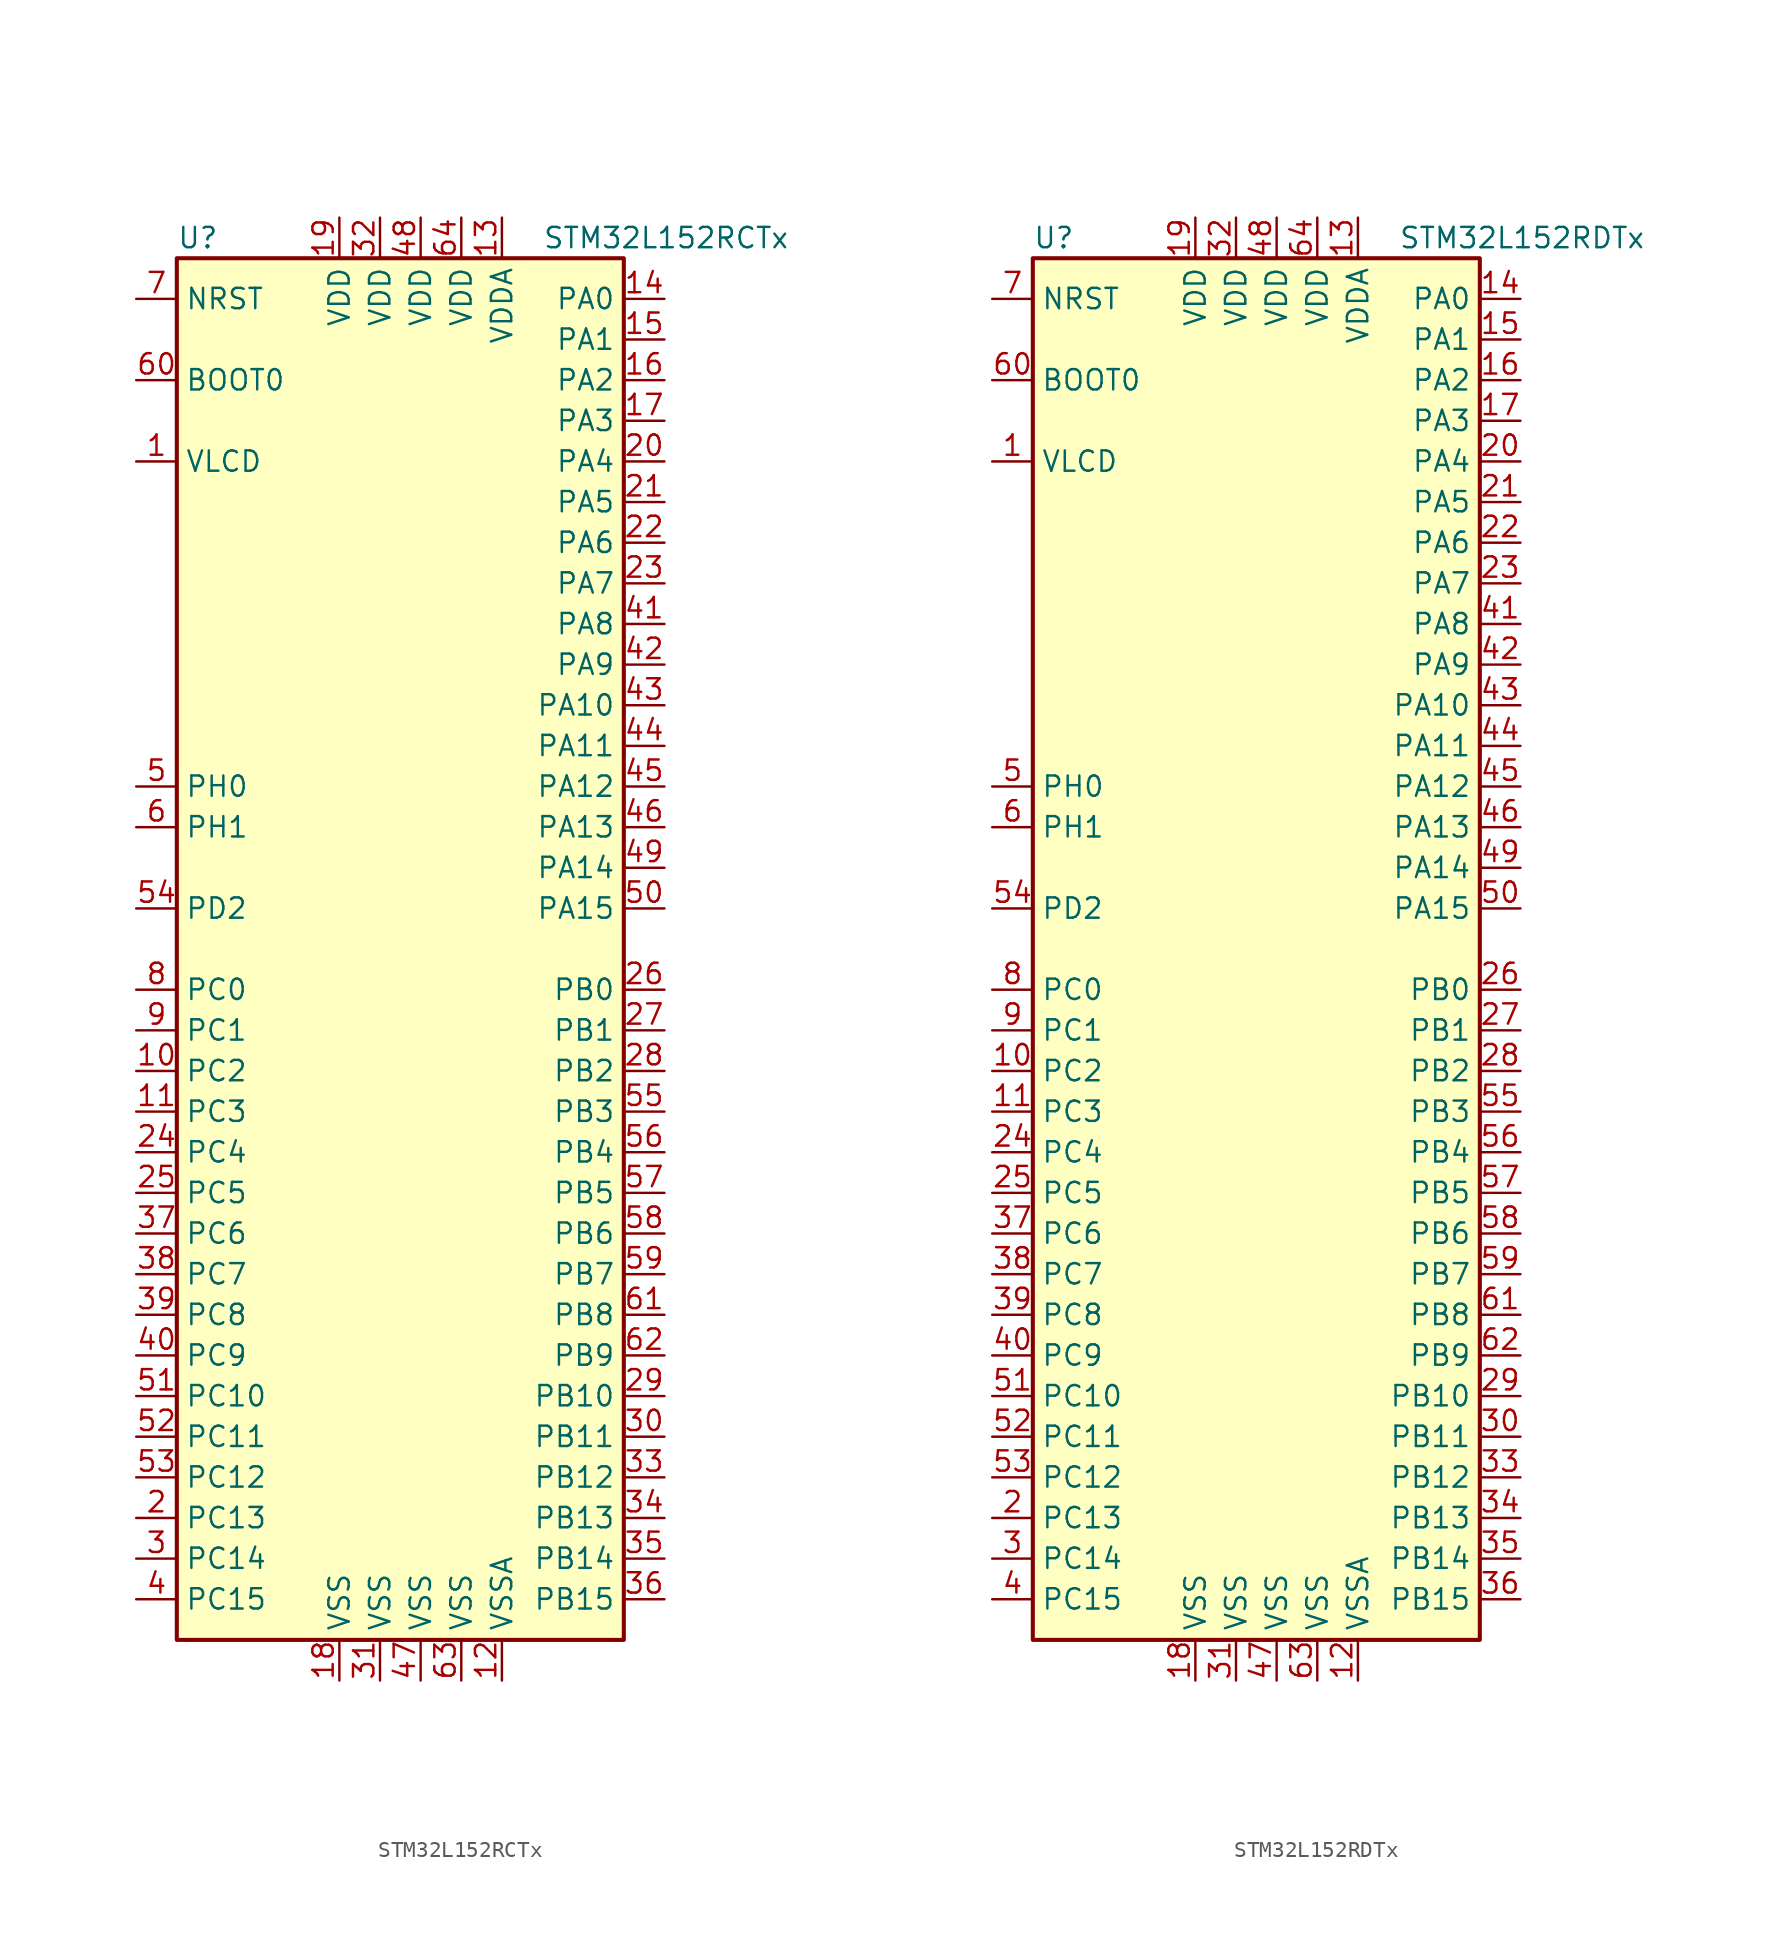
<source format=kicad_sym>
(kicad_symbol_lib
  (version 20201005)
  (generator kicad_symbol_editor)
  (symbol "STM32L152RCTx"
    (property "Reference" "U"
      (at -15.24 44.45 0)
      (effects (font (size 1.27 1.27)) (justify left)))
    (property "Value" "STM32L152RCTx"
      (at 7.62 44.45 0)
      (effects (font (size 1.27 1.27)) (justify left)))
    (symbol "STM32L152RCTx_0_1"
      (rectangle (start -15.24 -43.18) (end 12.7 43.18) (stroke (width 0.254)) (fill (type background))))
    (symbol "STM32L152RCTx_1_1"
      (pin power_in line (at -17.78 30.48 0) (length 2.54) (name "VLCD" (effects (font (size 1.27 1.27)))) (number "1" (effects (font (size 1.27 1.27)))))
      (pin bidirectional line (at -17.78 -7.62 0) (length 2.54) (name "PC2" (effects (font (size 1.27 1.27)))) (number "10" (effects (font (size 1.27 1.27)))))
      (pin bidirectional line (at -17.78 -10.16 0) (length 2.54) (name "PC3" (effects (font (size 1.27 1.27)))) (number "11" (effects (font (size 1.27 1.27)))))
      (pin power_in line (at 5.08 -45.72 90) (length 2.54) (name "VSSA" (effects (font (size 1.27 1.27)))) (number "12" (effects (font (size 1.27 1.27)))))
      (pin power_in line (at 5.08 45.72 270) (length 2.54) (name "VDDA" (effects (font (size 1.27 1.27)))) (number "13" (effects (font (size 1.27 1.27)))))
      (pin bidirectional line (at 15.24 40.64 180) (length 2.54) (name "PA0" (effects (font (size 1.27 1.27)))) (number "14" (effects (font (size 1.27 1.27)))))
      (pin bidirectional line (at 15.24 38.1 180) (length 2.54) (name "PA1" (effects (font (size 1.27 1.27)))) (number "15" (effects (font (size 1.27 1.27)))))
      (pin bidirectional line (at 15.24 35.56 180) (length 2.54) (name "PA2" (effects (font (size 1.27 1.27)))) (number "16" (effects (font (size 1.27 1.27)))))
      (pin bidirectional line (at 15.24 33.02 180) (length 2.54) (name "PA3" (effects (font (size 1.27 1.27)))) (number "17" (effects (font (size 1.27 1.27)))))
      (pin power_in line (at -5.08 -45.72 90) (length 2.54) (name "VSS" (effects (font (size 1.27 1.27)))) (number "18" (effects (font (size 1.27 1.27)))))
      (pin power_in line (at -5.08 45.72 270) (length 2.54) (name "VDD" (effects (font (size 1.27 1.27)))) (number "19" (effects (font (size 1.27 1.27)))))
      (pin bidirectional line (at -17.78 -35.56 0) (length 2.54) (name "PC13" (effects (font (size 1.27 1.27)))) (number "2" (effects (font (size 1.27 1.27)))))
      (pin bidirectional line (at 15.24 30.48 180) (length 2.54) (name "PA4" (effects (font (size 1.27 1.27)))) (number "20" (effects (font (size 1.27 1.27)))))
      (pin bidirectional line (at 15.24 27.94 180) (length 2.54) (name "PA5" (effects (font (size 1.27 1.27)))) (number "21" (effects (font (size 1.27 1.27)))))
      (pin bidirectional line (at 15.24 25.4 180) (length 2.54) (name "PA6" (effects (font (size 1.27 1.27)))) (number "22" (effects (font (size 1.27 1.27)))))
      (pin bidirectional line (at 15.24 22.86 180) (length 2.54) (name "PA7" (effects (font (size 1.27 1.27)))) (number "23" (effects (font (size 1.27 1.27)))))
      (pin bidirectional line (at -17.78 -12.7 0) (length 2.54) (name "PC4" (effects (font (size 1.27 1.27)))) (number "24" (effects (font (size 1.27 1.27)))))
      (pin bidirectional line (at -17.78 -15.24 0) (length 2.54) (name "PC5" (effects (font (size 1.27 1.27)))) (number "25" (effects (font (size 1.27 1.27)))))
      (pin bidirectional line (at 15.24 -2.54 180) (length 2.54) (name "PB0" (effects (font (size 1.27 1.27)))) (number "26" (effects (font (size 1.27 1.27)))))
      (pin bidirectional line (at 15.24 -5.08 180) (length 2.54) (name "PB1" (effects (font (size 1.27 1.27)))) (number "27" (effects (font (size 1.27 1.27)))))
      (pin bidirectional line (at 15.24 -7.62 180) (length 2.54) (name "PB2" (effects (font (size 1.27 1.27)))) (number "28" (effects (font (size 1.27 1.27)))))
      (pin bidirectional line (at 15.24 -27.94 180) (length 2.54) (name "PB10" (effects (font (size 1.27 1.27)))) (number "29" (effects (font (size 1.27 1.27)))))
      (pin bidirectional line (at -17.78 -38.1 0) (length 2.54) (name "PC14" (effects (font (size 1.27 1.27)))) (number "3" (effects (font (size 1.27 1.27)))))
      (pin bidirectional line (at 15.24 -30.48 180) (length 2.54) (name "PB11" (effects (font (size 1.27 1.27)))) (number "30" (effects (font (size 1.27 1.27)))))
      (pin power_in line (at -2.54 -45.72 90) (length 2.54) (name "VSS" (effects (font (size 1.27 1.27)))) (number "31" (effects (font (size 1.27 1.27)))))
      (pin power_in line (at -2.54 45.72 270) (length 2.54) (name "VDD" (effects (font (size 1.27 1.27)))) (number "32" (effects (font (size 1.27 1.27)))))
      (pin bidirectional line (at 15.24 -33.02 180) (length 2.54) (name "PB12" (effects (font (size 1.27 1.27)))) (number "33" (effects (font (size 1.27 1.27)))))
      (pin bidirectional line (at 15.24 -35.56 180) (length 2.54) (name "PB13" (effects (font (size 1.27 1.27)))) (number "34" (effects (font (size 1.27 1.27)))))
      (pin bidirectional line (at 15.24 -38.1 180) (length 2.54) (name "PB14" (effects (font (size 1.27 1.27)))) (number "35" (effects (font (size 1.27 1.27)))))
      (pin bidirectional line (at 15.24 -40.64 180) (length 2.54) (name "PB15" (effects (font (size 1.27 1.27)))) (number "36" (effects (font (size 1.27 1.27)))))
      (pin bidirectional line (at -17.78 -17.78 0) (length 2.54) (name "PC6" (effects (font (size 1.27 1.27)))) (number "37" (effects (font (size 1.27 1.27)))))
      (pin bidirectional line (at -17.78 -20.32 0) (length 2.54) (name "PC7" (effects (font (size 1.27 1.27)))) (number "38" (effects (font (size 1.27 1.27)))))
      (pin bidirectional line (at -17.78 -22.86 0) (length 2.54) (name "PC8" (effects (font (size 1.27 1.27)))) (number "39" (effects (font (size 1.27 1.27)))))
      (pin bidirectional line (at -17.78 -40.64 0) (length 2.54) (name "PC15" (effects (font (size 1.27 1.27)))) (number "4" (effects (font (size 1.27 1.27)))))
      (pin bidirectional line (at -17.78 -25.4 0) (length 2.54) (name "PC9" (effects (font (size 1.27 1.27)))) (number "40" (effects (font (size 1.27 1.27)))))
      (pin bidirectional line (at 15.24 20.32 180) (length 2.54) (name "PA8" (effects (font (size 1.27 1.27)))) (number "41" (effects (font (size 1.27 1.27)))))
      (pin bidirectional line (at 15.24 17.78 180) (length 2.54) (name "PA9" (effects (font (size 1.27 1.27)))) (number "42" (effects (font (size 1.27 1.27)))))
      (pin bidirectional line (at 15.24 15.24 180) (length 2.54) (name "PA10" (effects (font (size 1.27 1.27)))) (number "43" (effects (font (size 1.27 1.27)))))
      (pin bidirectional line (at 15.24 12.7 180) (length 2.54) (name "PA11" (effects (font (size 1.27 1.27)))) (number "44" (effects (font (size 1.27 1.27)))))
      (pin bidirectional line (at 15.24 10.16 180) (length 2.54) (name "PA12" (effects (font (size 1.27 1.27)))) (number "45" (effects (font (size 1.27 1.27)))))
      (pin bidirectional line (at 15.24 7.62 180) (length 2.54) (name "PA13" (effects (font (size 1.27 1.27)))) (number "46" (effects (font (size 1.27 1.27)))))
      (pin power_in line (at 0 -45.72 90) (length 2.54) (name "VSS" (effects (font (size 1.27 1.27)))) (number "47" (effects (font (size 1.27 1.27)))))
      (pin power_in line (at 0 45.72 270) (length 2.54) (name "VDD" (effects (font (size 1.27 1.27)))) (number "48" (effects (font (size 1.27 1.27)))))
      (pin bidirectional line (at 15.24 5.08 180) (length 2.54) (name "PA14" (effects (font (size 1.27 1.27)))) (number "49" (effects (font (size 1.27 1.27)))))
      (pin input line (at -17.78 10.16 0) (length 2.54) (name "PH0" (effects (font (size 1.27 1.27)))) (number "5" (effects (font (size 1.27 1.27)))))
      (pin bidirectional line (at 15.24 2.54 180) (length 2.54) (name "PA15" (effects (font (size 1.27 1.27)))) (number "50" (effects (font (size 1.27 1.27)))))
      (pin bidirectional line (at -17.78 -27.94 0) (length 2.54) (name "PC10" (effects (font (size 1.27 1.27)))) (number "51" (effects (font (size 1.27 1.27)))))
      (pin bidirectional line (at -17.78 -30.48 0) (length 2.54) (name "PC11" (effects (font (size 1.27 1.27)))) (number "52" (effects (font (size 1.27 1.27)))))
      (pin bidirectional line (at -17.78 -33.02 0) (length 2.54) (name "PC12" (effects (font (size 1.27 1.27)))) (number "53" (effects (font (size 1.27 1.27)))))
      (pin bidirectional line (at -17.78 2.54 0) (length 2.54) (name "PD2" (effects (font (size 1.27 1.27)))) (number "54" (effects (font (size 1.27 1.27)))))
      (pin bidirectional line (at 15.24 -10.16 180) (length 2.54) (name "PB3" (effects (font (size 1.27 1.27)))) (number "55" (effects (font (size 1.27 1.27)))))
      (pin bidirectional line (at 15.24 -12.7 180) (length 2.54) (name "PB4" (effects (font (size 1.27 1.27)))) (number "56" (effects (font (size 1.27 1.27)))))
      (pin bidirectional line (at 15.24 -15.24 180) (length 2.54) (name "PB5" (effects (font (size 1.27 1.27)))) (number "57" (effects (font (size 1.27 1.27)))))
      (pin bidirectional line (at 15.24 -17.78 180) (length 2.54) (name "PB6" (effects (font (size 1.27 1.27)))) (number "58" (effects (font (size 1.27 1.27)))))
      (pin bidirectional line (at 15.24 -20.32 180) (length 2.54) (name "PB7" (effects (font (size 1.27 1.27)))) (number "59" (effects (font (size 1.27 1.27)))))
      (pin input line (at -17.78 7.62 0) (length 2.54) (name "PH1" (effects (font (size 1.27 1.27)))) (number "6" (effects (font (size 1.27 1.27)))))
      (pin input line (at -17.78 35.56 0) (length 2.54) (name "BOOT0" (effects (font (size 1.27 1.27)))) (number "60" (effects (font (size 1.27 1.27)))))
      (pin bidirectional line (at 15.24 -22.86 180) (length 2.54) (name "PB8" (effects (font (size 1.27 1.27)))) (number "61" (effects (font (size 1.27 1.27)))))
      (pin bidirectional line (at 15.24 -25.4 180) (length 2.54) (name "PB9" (effects (font (size 1.27 1.27)))) (number "62" (effects (font (size 1.27 1.27)))))
      (pin power_in line (at 2.54 -45.72 90) (length 2.54) (name "VSS" (effects (font (size 1.27 1.27)))) (number "63" (effects (font (size 1.27 1.27)))))
      (pin power_in line (at 2.54 45.72 270) (length 2.54) (name "VDD" (effects (font (size 1.27 1.27)))) (number "64" (effects (font (size 1.27 1.27)))))
      (pin input line (at -17.78 40.64 0) (length 2.54) (name "NRST" (effects (font (size 1.27 1.27)))) (number "7" (effects (font (size 1.27 1.27)))))
      (pin bidirectional line (at -17.78 -2.54 0) (length 2.54) (name "PC0" (effects (font (size 1.27 1.27)))) (number "8" (effects (font (size 1.27 1.27)))))
      (pin bidirectional line (at -17.78 -5.08 0) (length 2.54) (name "PC1" (effects (font (size 1.27 1.27)))) (number "9" (effects (font (size 1.27 1.27)))))))
  (symbol "STM32L152RDTx"
    (property "Reference" "U"
      (at -15.24 44.45 0)
      (effects (font (size 1.27 1.27)) (justify left)))
    (property "Value" "STM32L152RDTx"
      (at 7.62 44.45 0)
      (effects (font (size 1.27 1.27)) (justify left)))
    (symbol "STM32L152RDTx_0_1"
      (rectangle (start -15.24 -43.18) (end 12.7 43.18) (stroke (width 0.254)) (fill (type background))))
    (symbol "STM32L152RDTx_1_1"
      (pin power_in line (at -17.78 30.48 0) (length 2.54) (name "VLCD" (effects (font (size 1.27 1.27)))) (number "1" (effects (font (size 1.27 1.27)))))
      (pin bidirectional line (at -17.78 -7.62 0) (length 2.54) (name "PC2" (effects (font (size 1.27 1.27)))) (number "10" (effects (font (size 1.27 1.27)))))
      (pin bidirectional line (at -17.78 -10.16 0) (length 2.54) (name "PC3" (effects (font (size 1.27 1.27)))) (number "11" (effects (font (size 1.27 1.27)))))
      (pin power_in line (at 5.08 -45.72 90) (length 2.54) (name "VSSA" (effects (font (size 1.27 1.27)))) (number "12" (effects (font (size 1.27 1.27)))))
      (pin power_in line (at 5.08 45.72 270) (length 2.54) (name "VDDA" (effects (font (size 1.27 1.27)))) (number "13" (effects (font (size 1.27 1.27)))))
      (pin bidirectional line (at 15.24 40.64 180) (length 2.54) (name "PA0" (effects (font (size 1.27 1.27)))) (number "14" (effects (font (size 1.27 1.27)))))
      (pin bidirectional line (at 15.24 38.1 180) (length 2.54) (name "PA1" (effects (font (size 1.27 1.27)))) (number "15" (effects (font (size 1.27 1.27)))))
      (pin bidirectional line (at 15.24 35.56 180) (length 2.54) (name "PA2" (effects (font (size 1.27 1.27)))) (number "16" (effects (font (size 1.27 1.27)))))
      (pin bidirectional line (at 15.24 33.02 180) (length 2.54) (name "PA3" (effects (font (size 1.27 1.27)))) (number "17" (effects (font (size 1.27 1.27)))))
      (pin power_in line (at -5.08 -45.72 90) (length 2.54) (name "VSS" (effects (font (size 1.27 1.27)))) (number "18" (effects (font (size 1.27 1.27)))))
      (pin power_in line (at -5.08 45.72 270) (length 2.54) (name "VDD" (effects (font (size 1.27 1.27)))) (number "19" (effects (font (size 1.27 1.27)))))
      (pin bidirectional line (at -17.78 -35.56 0) (length 2.54) (name "PC13" (effects (font (size 1.27 1.27)))) (number "2" (effects (font (size 1.27 1.27)))))
      (pin bidirectional line (at 15.24 30.48 180) (length 2.54) (name "PA4" (effects (font (size 1.27 1.27)))) (number "20" (effects (font (size 1.27 1.27)))))
      (pin bidirectional line (at 15.24 27.94 180) (length 2.54) (name "PA5" (effects (font (size 1.27 1.27)))) (number "21" (effects (font (size 1.27 1.27)))))
      (pin bidirectional line (at 15.24 25.4 180) (length 2.54) (name "PA6" (effects (font (size 1.27 1.27)))) (number "22" (effects (font (size 1.27 1.27)))))
      (pin bidirectional line (at 15.24 22.86 180) (length 2.54) (name "PA7" (effects (font (size 1.27 1.27)))) (number "23" (effects (font (size 1.27 1.27)))))
      (pin bidirectional line (at -17.78 -12.7 0) (length 2.54) (name "PC4" (effects (font (size 1.27 1.27)))) (number "24" (effects (font (size 1.27 1.27)))))
      (pin bidirectional line (at -17.78 -15.24 0) (length 2.54) (name "PC5" (effects (font (size 1.27 1.27)))) (number "25" (effects (font (size 1.27 1.27)))))
      (pin bidirectional line (at 15.24 -2.54 180) (length 2.54) (name "PB0" (effects (font (size 1.27 1.27)))) (number "26" (effects (font (size 1.27 1.27)))))
      (pin bidirectional line (at 15.24 -5.08 180) (length 2.54) (name "PB1" (effects (font (size 1.27 1.27)))) (number "27" (effects (font (size 1.27 1.27)))))
      (pin bidirectional line (at 15.24 -7.62 180) (length 2.54) (name "PB2" (effects (font (size 1.27 1.27)))) (number "28" (effects (font (size 1.27 1.27)))))
      (pin bidirectional line (at 15.24 -27.94 180) (length 2.54) (name "PB10" (effects (font (size 1.27 1.27)))) (number "29" (effects (font (size 1.27 1.27)))))
      (pin bidirectional line (at -17.78 -38.1 0) (length 2.54) (name "PC14" (effects (font (size 1.27 1.27)))) (number "3" (effects (font (size 1.27 1.27)))))
      (pin bidirectional line (at 15.24 -30.48 180) (length 2.54) (name "PB11" (effects (font (size 1.27 1.27)))) (number "30" (effects (font (size 1.27 1.27)))))
      (pin power_in line (at -2.54 -45.72 90) (length 2.54) (name "VSS" (effects (font (size 1.27 1.27)))) (number "31" (effects (font (size 1.27 1.27)))))
      (pin power_in line (at -2.54 45.72 270) (length 2.54) (name "VDD" (effects (font (size 1.27 1.27)))) (number "32" (effects (font (size 1.27 1.27)))))
      (pin bidirectional line (at 15.24 -33.02 180) (length 2.54) (name "PB12" (effects (font (size 1.27 1.27)))) (number "33" (effects (font (size 1.27 1.27)))))
      (pin bidirectional line (at 15.24 -35.56 180) (length 2.54) (name "PB13" (effects (font (size 1.27 1.27)))) (number "34" (effects (font (size 1.27 1.27)))))
      (pin bidirectional line (at 15.24 -38.1 180) (length 2.54) (name "PB14" (effects (font (size 1.27 1.27)))) (number "35" (effects (font (size 1.27 1.27)))))
      (pin bidirectional line (at 15.24 -40.64 180) (length 2.54) (name "PB15" (effects (font (size 1.27 1.27)))) (number "36" (effects (font (size 1.27 1.27)))))
      (pin bidirectional line (at -17.78 -17.78 0) (length 2.54) (name "PC6" (effects (font (size 1.27 1.27)))) (number "37" (effects (font (size 1.27 1.27)))))
      (pin bidirectional line (at -17.78 -20.32 0) (length 2.54) (name "PC7" (effects (font (size 1.27 1.27)))) (number "38" (effects (font (size 1.27 1.27)))))
      (pin bidirectional line (at -17.78 -22.86 0) (length 2.54) (name "PC8" (effects (font (size 1.27 1.27)))) (number "39" (effects (font (size 1.27 1.27)))))
      (pin bidirectional line (at -17.78 -40.64 0) (length 2.54) (name "PC15" (effects (font (size 1.27 1.27)))) (number "4" (effects (font (size 1.27 1.27)))))
      (pin bidirectional line (at -17.78 -25.4 0) (length 2.54) (name "PC9" (effects (font (size 1.27 1.27)))) (number "40" (effects (font (size 1.27 1.27)))))
      (pin bidirectional line (at 15.24 20.32 180) (length 2.54) (name "PA8" (effects (font (size 1.27 1.27)))) (number "41" (effects (font (size 1.27 1.27)))))
      (pin bidirectional line (at 15.24 17.78 180) (length 2.54) (name "PA9" (effects (font (size 1.27 1.27)))) (number "42" (effects (font (size 1.27 1.27)))))
      (pin bidirectional line (at 15.24 15.24 180) (length 2.54) (name "PA10" (effects (font (size 1.27 1.27)))) (number "43" (effects (font (size 1.27 1.27)))))
      (pin bidirectional line (at 15.24 12.7 180) (length 2.54) (name "PA11" (effects (font (size 1.27 1.27)))) (number "44" (effects (font (size 1.27 1.27)))))
      (pin bidirectional line (at 15.24 10.16 180) (length 2.54) (name "PA12" (effects (font (size 1.27 1.27)))) (number "45" (effects (font (size 1.27 1.27)))))
      (pin bidirectional line (at 15.24 7.62 180) (length 2.54) (name "PA13" (effects (font (size 1.27 1.27)))) (number "46" (effects (font (size 1.27 1.27)))))
      (pin power_in line (at 0 -45.72 90) (length 2.54) (name "VSS" (effects (font (size 1.27 1.27)))) (number "47" (effects (font (size 1.27 1.27)))))
      (pin power_in line (at 0 45.72 270) (length 2.54) (name "VDD" (effects (font (size 1.27 1.27)))) (number "48" (effects (font (size 1.27 1.27)))))
      (pin bidirectional line (at 15.24 5.08 180) (length 2.54) (name "PA14" (effects (font (size 1.27 1.27)))) (number "49" (effects (font (size 1.27 1.27)))))
      (pin input line (at -17.78 10.16 0) (length 2.54) (name "PH0" (effects (font (size 1.27 1.27)))) (number "5" (effects (font (size 1.27 1.27)))))
      (pin bidirectional line (at 15.24 2.54 180) (length 2.54) (name "PA15" (effects (font (size 1.27 1.27)))) (number "50" (effects (font (size 1.27 1.27)))))
      (pin bidirectional line (at -17.78 -27.94 0) (length 2.54) (name "PC10" (effects (font (size 1.27 1.27)))) (number "51" (effects (font (size 1.27 1.27)))))
      (pin bidirectional line (at -17.78 -30.48 0) (length 2.54) (name "PC11" (effects (font (size 1.27 1.27)))) (number "52" (effects (font (size 1.27 1.27)))))
      (pin bidirectional line (at -17.78 -33.02 0) (length 2.54) (name "PC12" (effects (font (size 1.27 1.27)))) (number "53" (effects (font (size 1.27 1.27)))))
      (pin bidirectional line (at -17.78 2.54 0) (length 2.54) (name "PD2" (effects (font (size 1.27 1.27)))) (number "54" (effects (font (size 1.27 1.27)))))
      (pin bidirectional line (at 15.24 -10.16 180) (length 2.54) (name "PB3" (effects (font (size 1.27 1.27)))) (number "55" (effects (font (size 1.27 1.27)))))
      (pin bidirectional line (at 15.24 -12.7 180) (length 2.54) (name "PB4" (effects (font (size 1.27 1.27)))) (number "56" (effects (font (size 1.27 1.27)))))
      (pin bidirectional line (at 15.24 -15.24 180) (length 2.54) (name "PB5" (effects (font (size 1.27 1.27)))) (number "57" (effects (font (size 1.27 1.27)))))
      (pin bidirectional line (at 15.24 -17.78 180) (length 2.54) (name "PB6" (effects (font (size 1.27 1.27)))) (number "58" (effects (font (size 1.27 1.27)))))
      (pin bidirectional line (at 15.24 -20.32 180) (length 2.54) (name "PB7" (effects (font (size 1.27 1.27)))) (number "59" (effects (font (size 1.27 1.27)))))
      (pin input line (at -17.78 7.62 0) (length 2.54) (name "PH1" (effects (font (size 1.27 1.27)))) (number "6" (effects (font (size 1.27 1.27)))))
      (pin input line (at -17.78 35.56 0) (length 2.54) (name "BOOT0" (effects (font (size 1.27 1.27)))) (number "60" (effects (font (size 1.27 1.27)))))
      (pin bidirectional line (at 15.24 -22.86 180) (length 2.54) (name "PB8" (effects (font (size 1.27 1.27)))) (number "61" (effects (font (size 1.27 1.27)))))
      (pin bidirectional line (at 15.24 -25.4 180) (length 2.54) (name "PB9" (effects (font (size 1.27 1.27)))) (number "62" (effects (font (size 1.27 1.27)))))
      (pin power_in line (at 2.54 -45.72 90) (length 2.54) (name "VSS" (effects (font (size 1.27 1.27)))) (number "63" (effects (font (size 1.27 1.27)))))
      (pin power_in line (at 2.54 45.72 270) (length 2.54) (name "VDD" (effects (font (size 1.27 1.27)))) (number "64" (effects (font (size 1.27 1.27)))))
      (pin input line (at -17.78 40.64 0) (length 2.54) (name "NRST" (effects (font (size 1.27 1.27)))) (number "7" (effects (font (size 1.27 1.27)))))
      (pin bidirectional line (at -17.78 -2.54 0) (length 2.54) (name "PC0" (effects (font (size 1.27 1.27)))) (number "8" (effects (font (size 1.27 1.27)))))
      (pin bidirectional line (at -17.78 -5.08 0) (length 2.54) (name "PC1" (effects (font (size 1.27 1.27)))) (number "9" (effects (font (size 1.27 1.27))))))))
</source>
